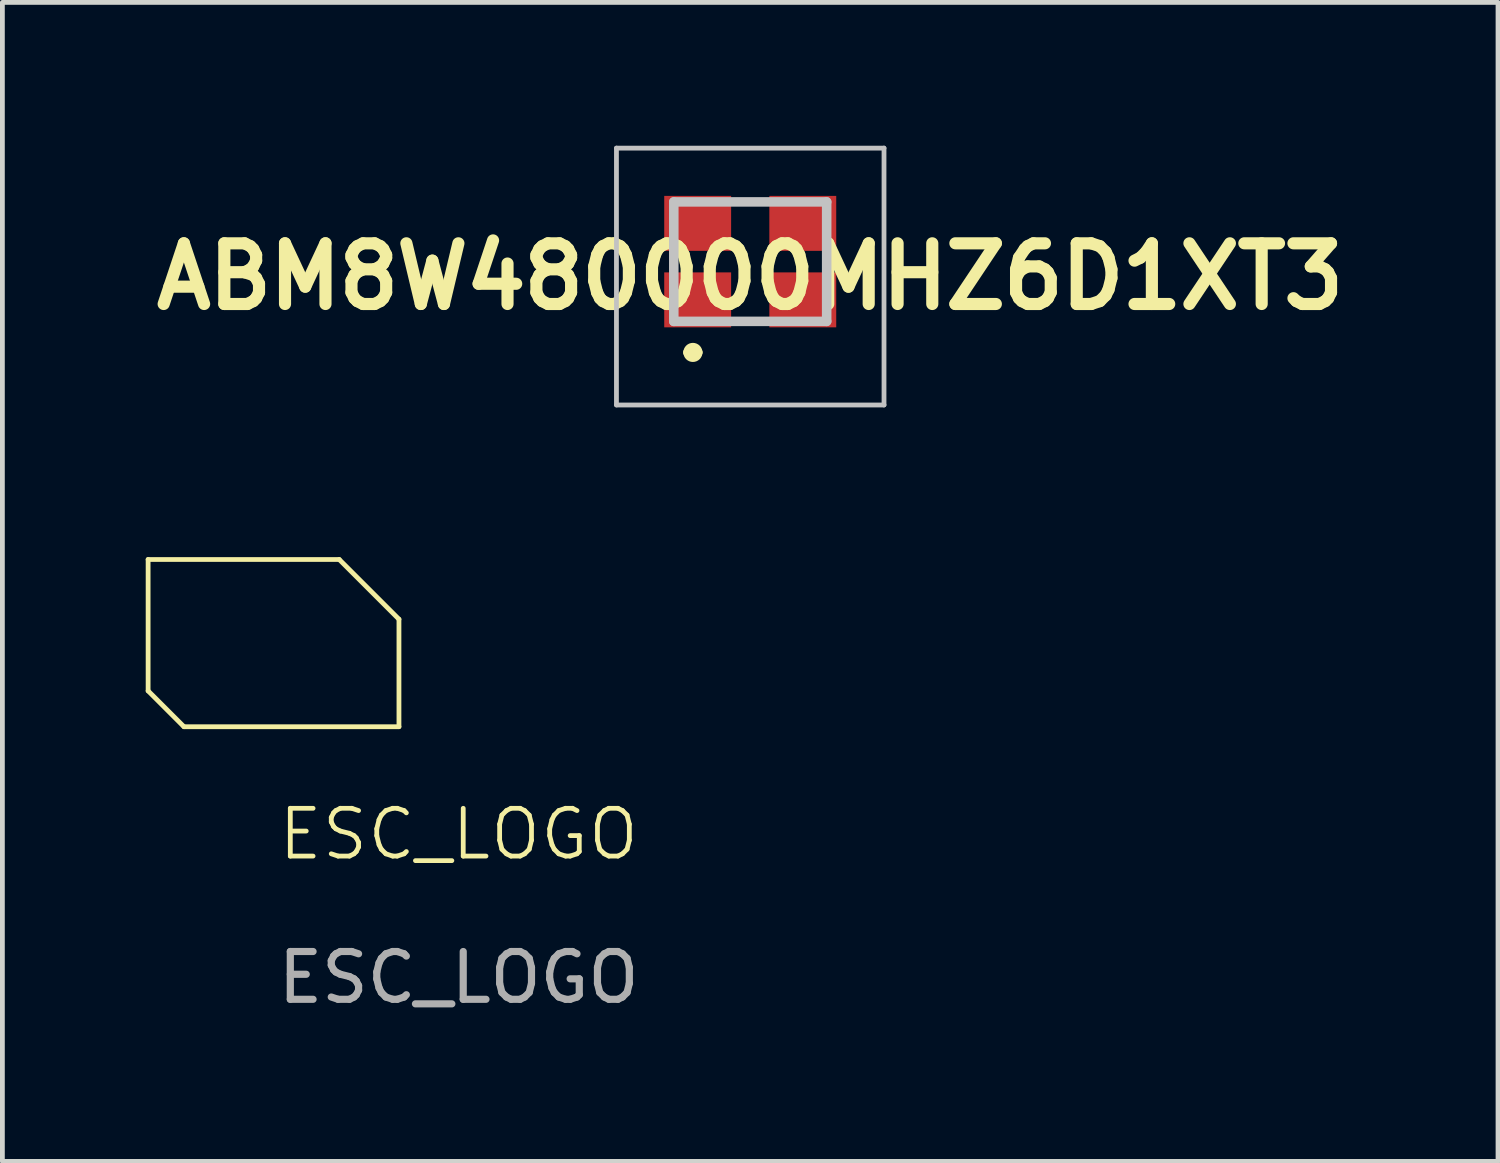
<source format=kicad_pcb>
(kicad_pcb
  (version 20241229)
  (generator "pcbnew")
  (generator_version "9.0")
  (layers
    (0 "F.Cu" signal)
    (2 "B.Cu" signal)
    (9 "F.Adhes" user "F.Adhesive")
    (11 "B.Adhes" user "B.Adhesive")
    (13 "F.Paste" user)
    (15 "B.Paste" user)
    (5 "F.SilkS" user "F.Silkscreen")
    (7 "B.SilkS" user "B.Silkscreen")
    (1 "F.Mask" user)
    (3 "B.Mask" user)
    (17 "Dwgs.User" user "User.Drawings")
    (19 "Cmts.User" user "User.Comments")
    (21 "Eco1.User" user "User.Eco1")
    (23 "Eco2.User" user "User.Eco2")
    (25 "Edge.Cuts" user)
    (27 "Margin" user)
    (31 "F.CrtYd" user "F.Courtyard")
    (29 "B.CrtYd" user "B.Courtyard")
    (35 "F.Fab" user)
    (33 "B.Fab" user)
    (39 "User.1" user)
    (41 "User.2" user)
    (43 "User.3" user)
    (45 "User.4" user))
  (footprint "ABM8W480000MHZ6D1XT3"
    (layer "F.Cu")
    (at 12.652 2.738)
    (property "Reference" "ABM8W480000MHZ6D1XT3" (at 0 0 0) (layer "F.SilkS") (effects (font (size 1.27 1.27) (thickness 0.254))))
    (attr smd)
    (fp_line (start -1.6 -0.413) (end -1.6 -0.212) (stroke (width 0.1) (type solid)) (layer "F.SilkS"))
    (fp_line (start -1.3 1.588) (end -1.3 1.588) (stroke (width 0.2) (type solid)) (layer "F.SilkS"))
    (fp_line (start -1.1 1.588) (end -1.1 1.588) (stroke (width 0.2) (type solid)) (layer "F.SilkS"))
    (fp_line (start -0.2 -1.562) (end 0.2 -1.562) (stroke (width 0.1) (type solid)) (layer "F.SilkS"))
    (fp_line (start -0.2 0.938) (end 0.2 0.938) (stroke (width 0.1) (type solid)) (layer "F.SilkS"))
    (fp_line (start 1.6 -0.413) (end 1.6 -0.212) (stroke (width 0.1) (type solid)) (layer "F.SilkS"))
    (fp_arc (start -1.3 1.588) (mid -1.2 1.488) (end -1.1 1.588) (stroke (width 0.2) (type solid)) (layer "F.SilkS"))
    (fp_arc (start -1.1 1.588) (mid -1.2 1.688) (end -1.3 1.588) (stroke (width 0.2) (type solid)) (layer "F.SilkS"))
    (fp_line (start -2.8 -2.688) (end 2.8 -2.688) (stroke (width 0.1) (type solid)) (layer "Dwgs.User"))
    (fp_line (start -2.8 2.688) (end -2.8 -2.688) (stroke (width 0.1) (type solid)) (layer "Dwgs.User"))
    (fp_line (start -1.6 -1.562) (end 1.6 -1.562) (stroke (width 0.2) (type solid)) (layer "Dwgs.User"))
    (fp_line (start -1.6 0.938) (end -1.6 -1.562) (stroke (width 0.2) (type solid)) (layer "Dwgs.User"))
    (fp_line (start 1.6 -1.562) (end 1.6 0.938) (stroke (width 0.2) (type solid)) (layer "Dwgs.User"))
    (fp_line (start 1.6 0.938) (end -1.6 0.938) (stroke (width 0.2) (type solid)) (layer "Dwgs.User"))
    (fp_line (start 2.8 -2.688) (end 2.8 2.688) (stroke (width 0.1) (type solid)) (layer "Dwgs.User"))
    (fp_line (start 2.8 2.688) (end -2.8 2.688) (stroke (width 0.1) (type solid)) (layer "Dwgs.User"))
    (pad "1" smd rect (at -1.1 0.488 90) (size 1.15 1.4) (layers "F.Cu" "F.Mask" "F.Paste"))
    (pad "2" smd rect (at 1.1 0.488 90) (size 1.15 1.4) (layers "F.Cu" "F.Mask" "F.Paste"))
    (pad "3" smd rect (at 1.1 -1.113 90) (size 1.15 1.4) (layers "F.Cu" "F.Mask" "F.Paste"))
    (pad "4" smd rect (at -1.1 -1.113 90) (size 1.15 1.4) (layers "F.Cu" "F.Mask" "F.Paste")))
  (footprint "ESC_LOGO"
    (layer "F.Cu")
    (at 6.55 14.91)
    (property "Reference" "ESC_LOGO" (at 0 -0.5 0) (unlocked yes) (layer "F.SilkS") (effects (font (size 1 1) (thickness 0.1))))
    (fp_line (start -6.5 -6.25) (end -2.5 -6.25) (stroke (width 0.1) (type default)) (layer "F.SilkS"))
    (fp_line (start -6.5 -3.5) (end -6.5 -6.25) (stroke (width 0.1) (type default)) (layer "F.SilkS"))
    (fp_line (start -5.75 -2.75) (end -6.5 -3.5) (stroke (width 0.1) (type default)) (layer "F.SilkS"))
    (fp_line (start -2.5 -6.25) (end -1.25 -5) (stroke (width 0.1) (type default)) (layer "F.SilkS"))
    (fp_line (start -1.25 -5) (end -1.25 -2.75) (stroke (width 0.1) (type default)) (layer "F.SilkS"))
    (fp_line (start -1.25 -2.75) (end -5.75 -2.75) (stroke (width 0.1) (type default)) (layer "F.SilkS"))
    (fp_text user "For S3 S4 batteries" (at -5.75 -3 0) (unlocked yes) (layer "F.Mask") (effects (font (face "Copperplate Gothic Bold") (size 0.4 0.27) (thickness 0.062)) (justify left bottom)))
    (fp_text user "ESC" (at -6 -3.5 0) (unlocked yes) (layer "F.Mask" knockout) (effects (font (face "Copperplate Gothic Bold") (size 2 1) (thickness 0.1)) (justify left bottom)))
    (fp_text user "_V1" (at -2.5 -3.5 0) (unlocked yes) (layer "F.Mask") (effects (font (face "Copperplate Gothic Bold") (size 0.6 0.4) (thickness 0.075)) (justify left bottom)))
    (fp_text user "${REFERENCE}" (at 0 2.5 0) (unlocked yes) (layer "F.Fab") (effects (font (size 1 1) (thickness 0.15)))))
  (gr_rect
    (start -3 -3)
    (end 28.303 21.258)
    (stroke (width 0.1) (type default))
    (fill no)
    (layer "Edge.Cuts")))
</source>
